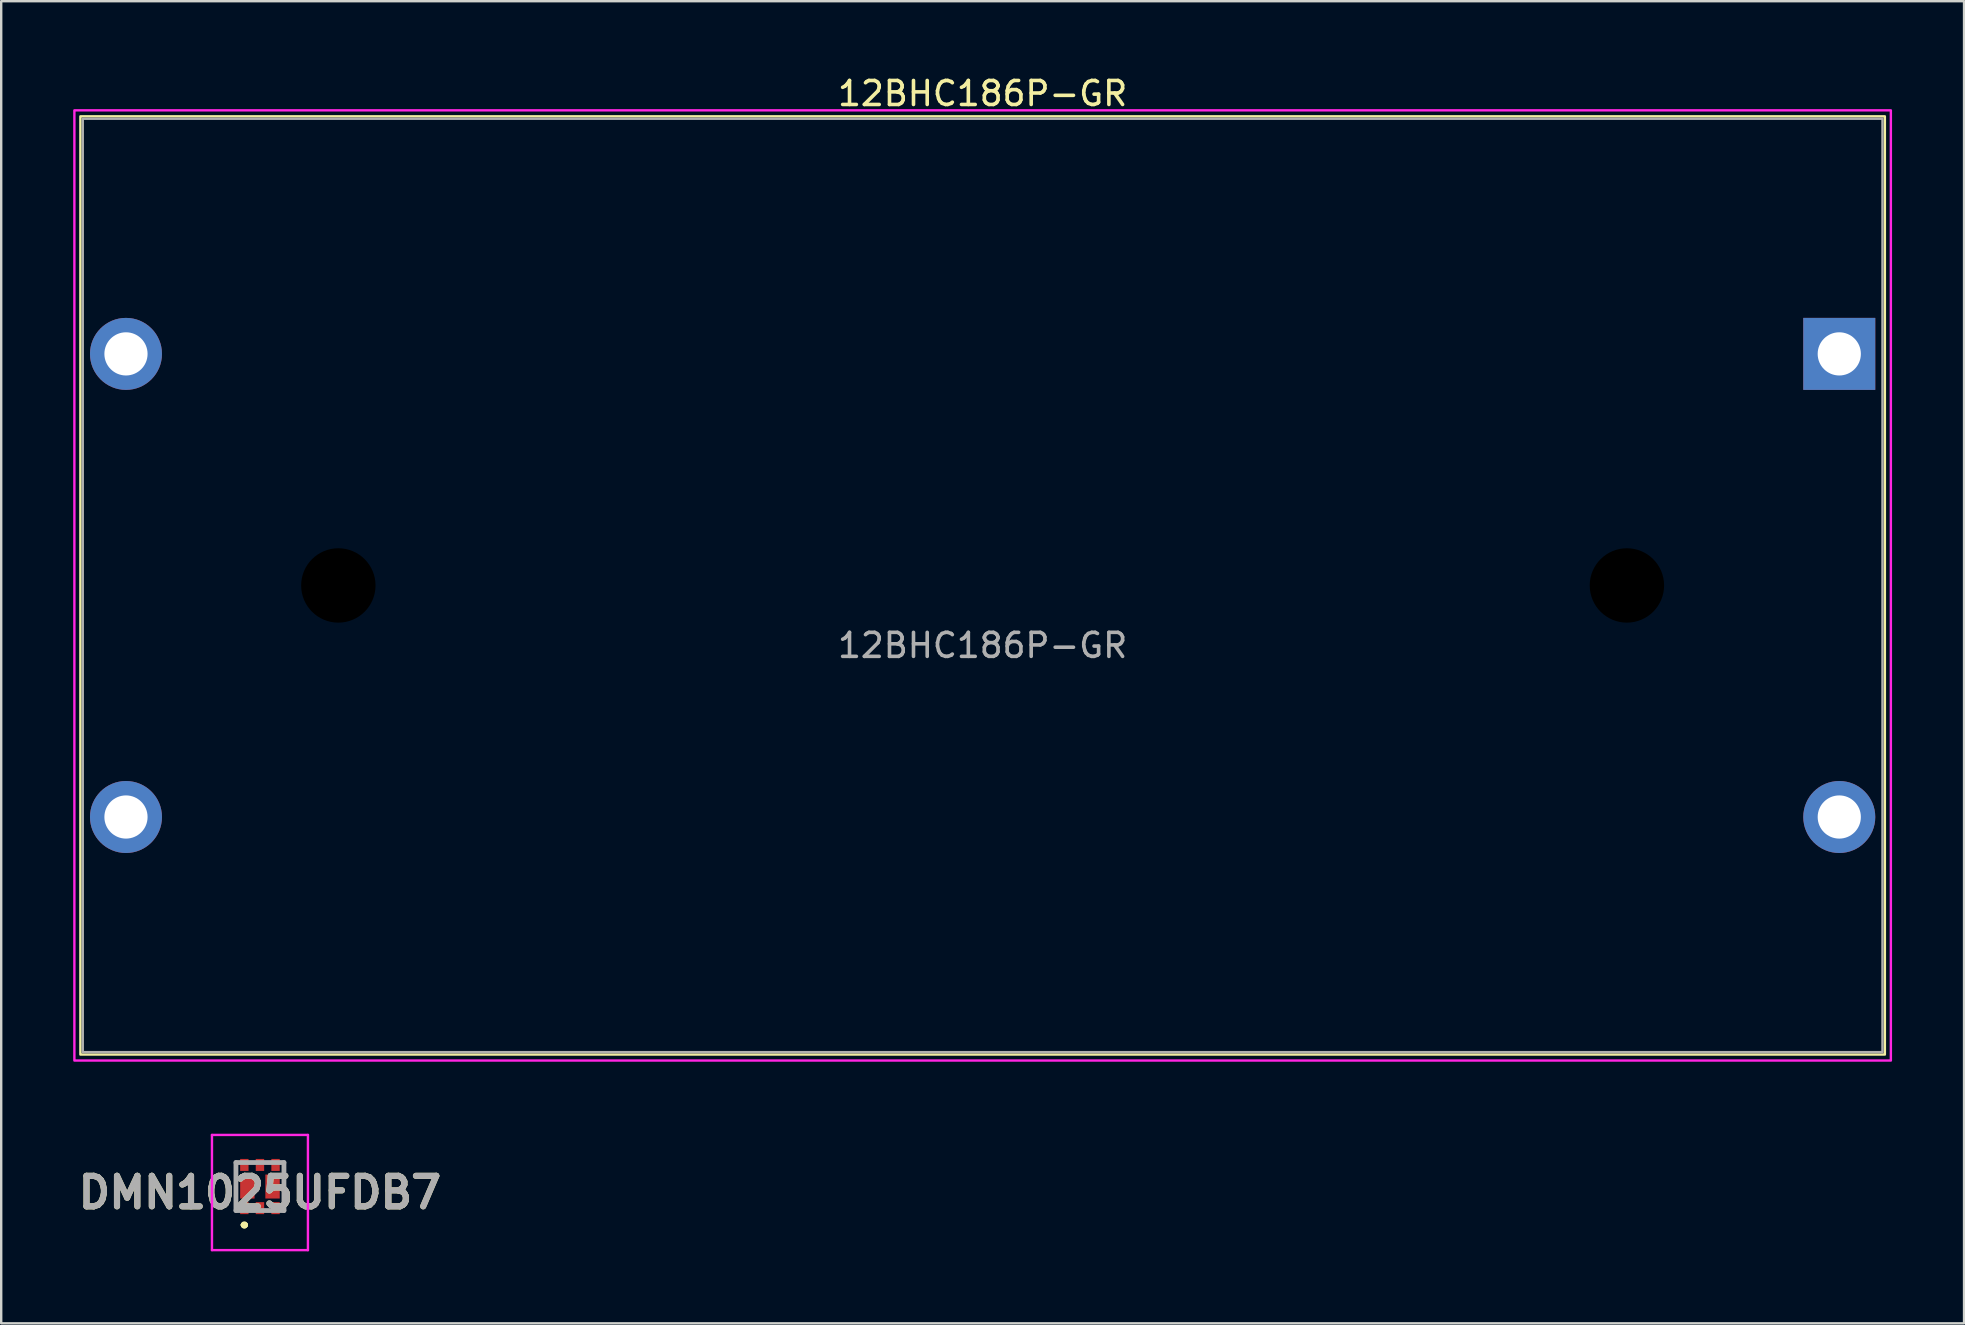
<source format=kicad_pcb>
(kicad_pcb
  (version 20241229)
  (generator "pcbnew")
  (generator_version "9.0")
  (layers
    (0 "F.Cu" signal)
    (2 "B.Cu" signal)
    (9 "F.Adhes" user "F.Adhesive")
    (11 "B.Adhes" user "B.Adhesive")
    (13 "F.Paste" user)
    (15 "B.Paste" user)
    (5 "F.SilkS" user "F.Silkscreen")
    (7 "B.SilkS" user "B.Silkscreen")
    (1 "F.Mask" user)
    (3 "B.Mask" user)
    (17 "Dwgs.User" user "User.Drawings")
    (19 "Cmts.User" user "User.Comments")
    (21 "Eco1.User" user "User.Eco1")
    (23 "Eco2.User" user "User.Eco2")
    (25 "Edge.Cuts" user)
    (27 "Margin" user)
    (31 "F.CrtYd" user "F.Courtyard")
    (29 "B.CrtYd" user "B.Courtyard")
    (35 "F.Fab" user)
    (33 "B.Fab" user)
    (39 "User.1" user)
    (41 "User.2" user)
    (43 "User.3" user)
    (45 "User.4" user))
  (footprint "DMN1025UFDB7"
    (layer "F.Cu")
    (at 7.783 46.398)
    (property "Reference" "DMN1025UFDB7" (at 0 0.25 0) (layer "F.SilkS") (effects (font (size 1.27 1.27) (thickness 0.254))))
    (attr smd)
    (fp_line (start -0.7 1.6) (end -0.7 1.6) (stroke (width 0.2) (type solid)) (layer "F.SilkS"))
    (fp_line (start -0.7 1.6) (end -0.7 1.6) (stroke (width 0.2) (type solid)) (layer "F.SilkS"))
    (fp_line (start -0.6 1.6) (end -0.6 1.6) (stroke (width 0.2) (type solid)) (layer "F.SilkS"))
    (fp_arc (start -0.7 1.6) (mid -0.65 1.55) (end -0.6 1.6) (stroke (width 0.2) (type solid)) (layer "F.SilkS"))
    (fp_arc (start -0.6 1.6) (mid -0.65 1.65) (end -0.7 1.6) (stroke (width 0.2) (type solid)) (layer "F.SilkS"))
    (fp_arc (start -0.6 1.6) (mid -0.65 1.65) (end -0.7 1.6) (stroke (width 0.2) (type solid)) (layer "F.SilkS"))
    (fp_line (start -2 -2.15) (end 2 -2.15) (stroke (width 0.1) (type solid)) (layer "F.CrtYd"))
    (fp_line (start -2 2.65) (end -2 -2.15) (stroke (width 0.1) (type solid)) (layer "F.CrtYd"))
    (fp_line (start 2 -2.15) (end 2 2.65) (stroke (width 0.1) (type solid)) (layer "F.CrtYd"))
    (fp_line (start 2 2.65) (end -2 2.65) (stroke (width 0.1) (type solid)) (layer "F.CrtYd"))
    (fp_line (start -1 -1) (end -1 1) (stroke (width 0.2) (type solid)) (layer "F.Fab"))
    (fp_line (start -1 1) (end 1 1) (stroke (width 0.2) (type solid)) (layer "F.Fab"))
    (fp_line (start 1 -1) (end -1 -1) (stroke (width 0.2) (type solid)) (layer "F.Fab"))
    (fp_line (start 1 1) (end 1 -1) (stroke (width 0.2) (type solid)) (layer "F.Fab"))
    (fp_text user "${REFERENCE}" (at 0 0.25 0) (layer "F.Fab") (effects (font (size 1.27 1.27) (thickness 0.254))))
    (pad "1" smd rect (at -0.65 0.9) (size 0.35 0.5) (layers "F.Cu" "F.Mask" "F.Paste"))
    (pad "2" smd rect (at 0 0.9) (size 0.35 0.5) (layers "F.Cu" "F.Mask" "F.Paste"))
    (pad "3" smd rect (at 0.65 0.9) (size 0.35 0.5) (layers "F.Cu" "F.Mask" "F.Paste"))
    (pad "4" smd rect (at 0.65 -0.9) (size 0.35 0.5) (layers "F.Cu" "F.Mask" "F.Paste"))
    (pad "5" smd rect (at 0 -0.9) (size 0.35 0.5) (layers "F.Cu" "F.Mask" "F.Paste"))
    (pad "6" smd rect (at -0.65 -0.9) (size 0.35 0.5) (layers "F.Cu" "F.Mask" "F.Paste"))
    (pad "7" smd rect (at -0.525 0) (size 0.6 1) (layers "F.Cu" "F.Mask" "F.Paste"))
    (pad "8" smd rect (at 0.525 0) (size 0.6 1) (layers "F.Cu" "F.Mask" "F.Paste")))
  (footprint "12BHC186P-GR"
    (layer "F.Cu")
    (at 37.9 21.348)
    (property "Reference" "12BHC186P-GR" (at 0 -20.5 0) (unlocked yes) (layer "F.SilkS") (effects (font (size 1 1) (thickness 0.15))))
    (attr through_hole)
    (fp_rect (start -37.6 -19.55) (end 37.6 19.55) (stroke (width 0.1) (type solid)) (fill no) (layer "F.SilkS"))
    (fp_rect (start -37.85 -19.8) (end 37.85 19.8) (stroke (width 0.1) (type solid)) (fill no) (layer "F.CrtYd"))
    (fp_rect (start -37.5 -19.45) (end 37.5 19.45) (stroke (width 0.1) (type solid)) (fill no) (layer "F.Fab"))
    (fp_text user "${REFERENCE}" (at 0 2.5 0) (unlocked yes) (layer "F.Fab") (effects (font (size 1 1) (thickness 0.15))))
    (pad "" np_thru_hole circle (at -26.85 0) (size 3.1 3.1) (drill 3.1) (layers "*.Mask"))
    (pad "" np_thru_hole circle (at 26.85 0) (size 3.1 3.1) (drill 3.1) (layers "*.Mask"))
    (pad "1" thru_hole rect (at 35.7 -9.65) (size 3 3) (drill 1.8) (layers "*.Cu" "*.Mask"))
    (pad "2" thru_hole circle (at -35.7 -9.65) (size 3 3) (drill 1.8) (layers "*.Cu" "*.Mask"))
    (pad "3" thru_hole circle (at 35.7 9.65) (size 3 3) (drill 1.8) (layers "*.Cu" "*.Mask"))
    (pad "4" thru_hole circle (at -35.7 9.65) (size 3 3) (drill 1.8) (layers "*.Cu" "*.Mask")))
  (gr_rect
    (start -3 -3)
    (end 78.8 52.098)
    (stroke (width 0.1) (type default))
    (fill no)
    (layer "Edge.Cuts")))
</source>
